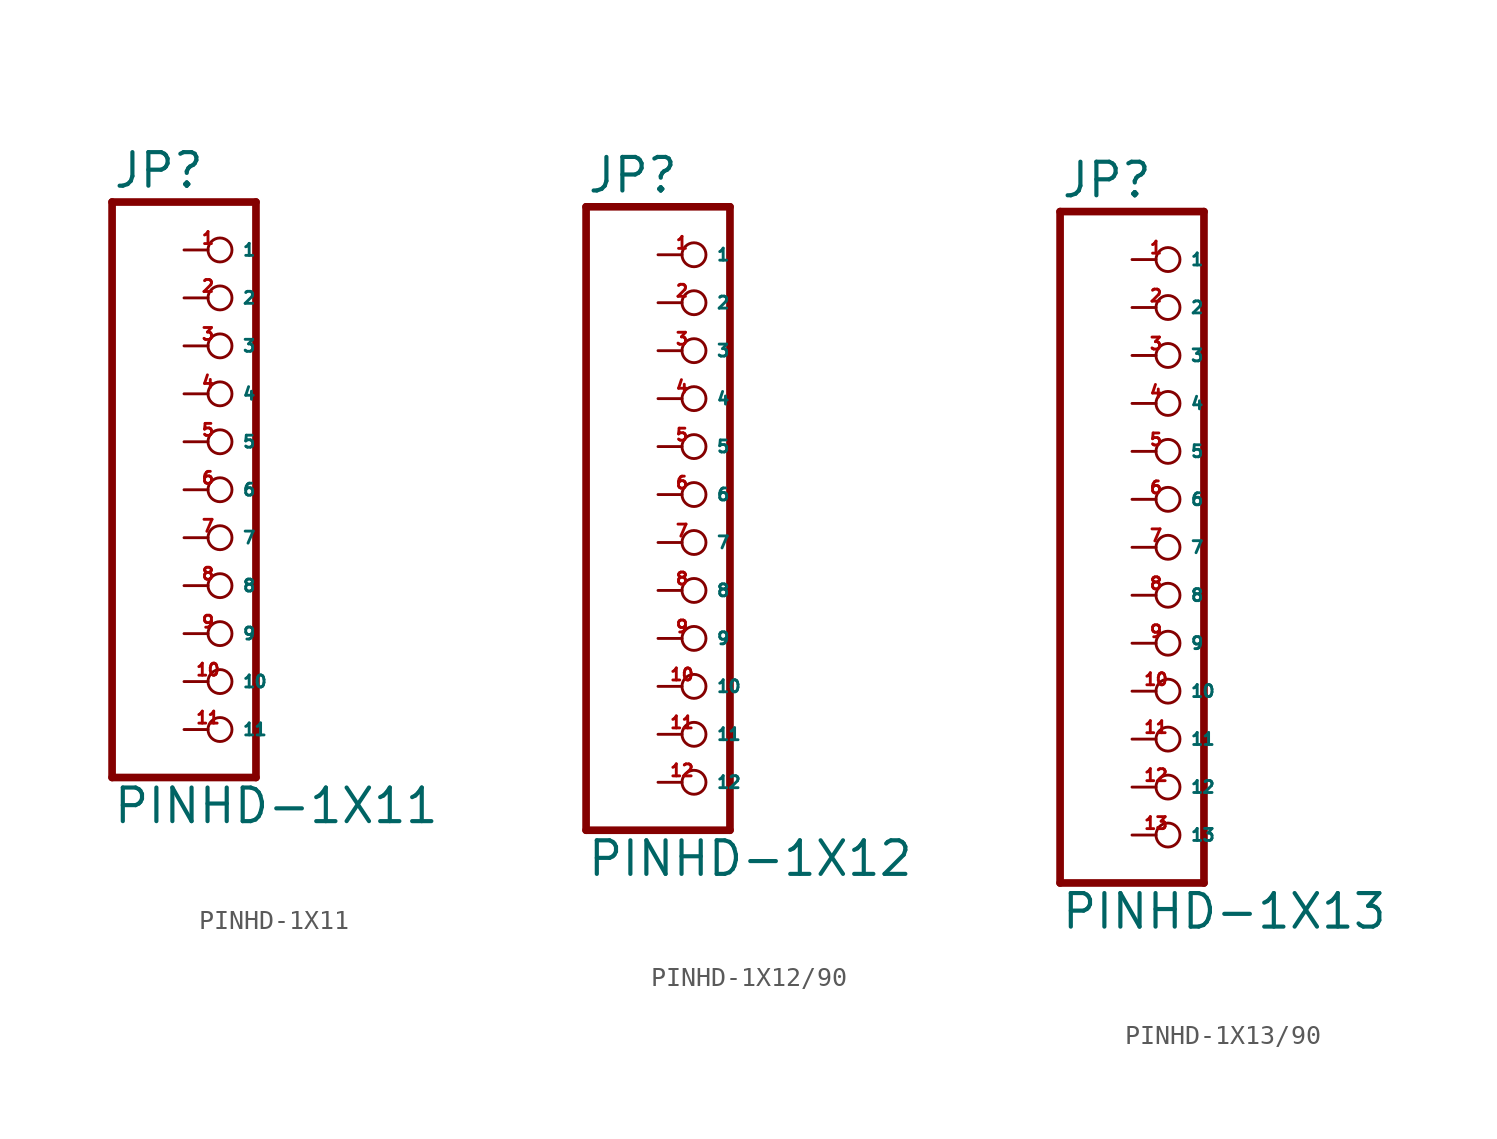
<source format=kicad_sym>
(kicad_symbol_lib
  (version 20220914)
  (generator Eagle2Kicad)
  (symbol "PINHD-1X11"
    (property "Reference" "JP"
      (at -6.35 15.875 0)
      (effects (font (size 1.778 1.778) (thickness 0.22)) (justify left bottom)))
    (property "Value" "PINHD-1X11"
      (at -6.35 -17.78 0)
      (effects (font (size 1.778 1.778) (thickness 0.22)) (justify left bottom)))
    (polyline
      (pts (xy -6.35 -15.24) (xy 1.27 -15.24))
      (stroke (width 0.406) (type default))
      (fill (type none)))
    (polyline
      (pts (xy 1.27 -15.24) (xy 1.27 15.24))
      (stroke (width 0.406) (type default))
      (fill (type none)))
    (polyline
      (pts (xy 1.27 15.24) (xy -6.35 15.24))
      (stroke (width 0.406) (type default))
      (fill (type none)))
    (polyline
      (pts (xy -6.35 15.24) (xy -6.35 -15.24))
      (stroke (width 0.406) (type default))
      (fill (type none)))
    (pin passive inverted
      (at -2.54 12.7 0)
      (length 2.54)
      (name "1" (effects (font (size 0.635 0.635) (thickness 0.08)) (justify left bottom)))
      (number "1" (effects (font (size 0.635 0.635) (thickness 0.08)) (justify left bottom))))
    (pin passive inverted
      (at -2.54 10.16 0)
      (length 2.54)
      (name "2" (effects (font (size 0.635 0.635) (thickness 0.08)) (justify left bottom)))
      (number "2" (effects (font (size 0.635 0.635) (thickness 0.08)) (justify left bottom))))
    (pin passive inverted
      (at -2.54 7.62 0)
      (length 2.54)
      (name "3" (effects (font (size 0.635 0.635) (thickness 0.08)) (justify left bottom)))
      (number "3" (effects (font (size 0.635 0.635) (thickness 0.08)) (justify left bottom))))
    (pin passive inverted
      (at -2.54 5.08 0)
      (length 2.54)
      (name "4" (effects (font (size 0.635 0.635) (thickness 0.08)) (justify left bottom)))
      (number "4" (effects (font (size 0.635 0.635) (thickness 0.08)) (justify left bottom))))
    (pin passive inverted
      (at -2.54 2.54 0)
      (length 2.54)
      (name "5" (effects (font (size 0.635 0.635) (thickness 0.08)) (justify left bottom)))
      (number "5" (effects (font (size 0.635 0.635) (thickness 0.08)) (justify left bottom))))
    (pin passive inverted
      (at -2.54 0 0)
      (length 2.54)
      (name "6" (effects (font (size 0.635 0.635) (thickness 0.08)) (justify left bottom)))
      (number "6" (effects (font (size 0.635 0.635) (thickness 0.08)) (justify left bottom))))
    (pin passive inverted
      (at -2.54 -2.54 0)
      (length 2.54)
      (name "7" (effects (font (size 0.635 0.635) (thickness 0.08)) (justify left bottom)))
      (number "7" (effects (font (size 0.635 0.635) (thickness 0.08)) (justify left bottom))))
    (pin passive inverted
      (at -2.54 -5.08 0)
      (length 2.54)
      (name "8" (effects (font (size 0.635 0.635) (thickness 0.08)) (justify left bottom)))
      (number "8" (effects (font (size 0.635 0.635) (thickness 0.08)) (justify left bottom))))
    (pin passive inverted
      (at -2.54 -7.62 0)
      (length 2.54)
      (name "9" (effects (font (size 0.635 0.635) (thickness 0.08)) (justify left bottom)))
      (number "9" (effects (font (size 0.635 0.635) (thickness 0.08)) (justify left bottom))))
    (pin passive inverted
      (at -2.54 -10.16 0)
      (length 2.54)
      (name "10" (effects (font (size 0.635 0.635) (thickness 0.08)) (justify left bottom)))
      (number "10" (effects (font (size 0.635 0.635) (thickness 0.08)) (justify left bottom))))
    (pin passive inverted
      (at -2.54 -12.7 0)
      (length 2.54)
      (name "11" (effects (font (size 0.635 0.635) (thickness 0.08)) (justify left bottom)))
      (number "11" (effects (font (size 0.635 0.635) (thickness 0.08)) (justify left bottom)))))
  (symbol "PINHD-1X12/90"
    (property "Reference" "JP"
      (at -6.35 15.875 0)
      (effects (font (size 1.778 1.778) (thickness 0.22)) (justify left bottom)))
    (property "Value" "PINHD-1X12"
      (at -6.35 -20.32 0)
      (effects (font (size 1.778 1.778) (thickness 0.22)) (justify left bottom)))
    (polyline
      (pts (xy -6.35 -17.78) (xy 1.27 -17.78))
      (stroke (width 0.406) (type default))
      (fill (type none)))
    (polyline
      (pts (xy 1.27 -17.78) (xy 1.27 15.24))
      (stroke (width 0.406) (type default))
      (fill (type none)))
    (polyline
      (pts (xy 1.27 15.24) (xy -6.35 15.24))
      (stroke (width 0.406) (type default))
      (fill (type none)))
    (polyline
      (pts (xy -6.35 15.24) (xy -6.35 -17.78))
      (stroke (width 0.406) (type default))
      (fill (type none)))
    (pin passive inverted
      (at -2.54 12.7 0)
      (length 2.54)
      (name "1" (effects (font (size 0.635 0.635) (thickness 0.08)) (justify left bottom)))
      (number "1" (effects (font (size 0.635 0.635) (thickness 0.08)) (justify left bottom))))
    (pin passive inverted
      (at -2.54 10.16 0)
      (length 2.54)
      (name "2" (effects (font (size 0.635 0.635) (thickness 0.08)) (justify left bottom)))
      (number "2" (effects (font (size 0.635 0.635) (thickness 0.08)) (justify left bottom))))
    (pin passive inverted
      (at -2.54 7.62 0)
      (length 2.54)
      (name "3" (effects (font (size 0.635 0.635) (thickness 0.08)) (justify left bottom)))
      (number "3" (effects (font (size 0.635 0.635) (thickness 0.08)) (justify left bottom))))
    (pin passive inverted
      (at -2.54 5.08 0)
      (length 2.54)
      (name "4" (effects (font (size 0.635 0.635) (thickness 0.08)) (justify left bottom)))
      (number "4" (effects (font (size 0.635 0.635) (thickness 0.08)) (justify left bottom))))
    (pin passive inverted
      (at -2.54 2.54 0)
      (length 2.54)
      (name "5" (effects (font (size 0.635 0.635) (thickness 0.08)) (justify left bottom)))
      (number "5" (effects (font (size 0.635 0.635) (thickness 0.08)) (justify left bottom))))
    (pin passive inverted
      (at -2.54 0 0)
      (length 2.54)
      (name "6" (effects (font (size 0.635 0.635) (thickness 0.08)) (justify left bottom)))
      (number "6" (effects (font (size 0.635 0.635) (thickness 0.08)) (justify left bottom))))
    (pin passive inverted
      (at -2.54 -2.54 0)
      (length 2.54)
      (name "7" (effects (font (size 0.635 0.635) (thickness 0.08)) (justify left bottom)))
      (number "7" (effects (font (size 0.635 0.635) (thickness 0.08)) (justify left bottom))))
    (pin passive inverted
      (at -2.54 -5.08 0)
      (length 2.54)
      (name "8" (effects (font (size 0.635 0.635) (thickness 0.08)) (justify left bottom)))
      (number "8" (effects (font (size 0.635 0.635) (thickness 0.08)) (justify left bottom))))
    (pin passive inverted
      (at -2.54 -7.62 0)
      (length 2.54)
      (name "9" (effects (font (size 0.635 0.635) (thickness 0.08)) (justify left bottom)))
      (number "9" (effects (font (size 0.635 0.635) (thickness 0.08)) (justify left bottom))))
    (pin passive inverted
      (at -2.54 -10.16 0)
      (length 2.54)
      (name "10" (effects (font (size 0.635 0.635) (thickness 0.08)) (justify left bottom)))
      (number "10" (effects (font (size 0.635 0.635) (thickness 0.08)) (justify left bottom))))
    (pin passive inverted
      (at -2.54 -12.7 0)
      (length 2.54)
      (name "11" (effects (font (size 0.635 0.635) (thickness 0.08)) (justify left bottom)))
      (number "11" (effects (font (size 0.635 0.635) (thickness 0.08)) (justify left bottom))))
    (pin passive inverted
      (at -2.54 -15.24 0)
      (length 2.54)
      (name "12" (effects (font (size 0.635 0.635) (thickness 0.08)) (justify left bottom)))
      (number "12" (effects (font (size 0.635 0.635) (thickness 0.08)) (justify left bottom)))))
  (symbol "PINHD-1X13/90"
    (property "Reference" "JP"
      (at -6.35 18.415 0)
      (effects (font (size 1.778 1.778) (thickness 0.22)) (justify left bottom)))
    (property "Value" "PINHD-1X13"
      (at -6.35 -20.32 0)
      (effects (font (size 1.778 1.778) (thickness 0.22)) (justify left bottom)))
    (polyline
      (pts (xy -6.35 -17.78) (xy 1.27 -17.78))
      (stroke (width 0.406) (type default))
      (fill (type none)))
    (polyline
      (pts (xy 1.27 -17.78) (xy 1.27 17.78))
      (stroke (width 0.406) (type default))
      (fill (type none)))
    (polyline
      (pts (xy 1.27 17.78) (xy -6.35 17.78))
      (stroke (width 0.406) (type default))
      (fill (type none)))
    (polyline
      (pts (xy -6.35 17.78) (xy -6.35 -17.78))
      (stroke (width 0.406) (type default))
      (fill (type none)))
    (pin passive inverted
      (at -2.54 15.24 0)
      (length 2.54)
      (name "1" (effects (font (size 0.635 0.635) (thickness 0.08)) (justify left bottom)))
      (number "1" (effects (font (size 0.635 0.635) (thickness 0.08)) (justify left bottom))))
    (pin passive inverted
      (at -2.54 12.7 0)
      (length 2.54)
      (name "2" (effects (font (size 0.635 0.635) (thickness 0.08)) (justify left bottom)))
      (number "2" (effects (font (size 0.635 0.635) (thickness 0.08)) (justify left bottom))))
    (pin passive inverted
      (at -2.54 10.16 0)
      (length 2.54)
      (name "3" (effects (font (size 0.635 0.635) (thickness 0.08)) (justify left bottom)))
      (number "3" (effects (font (size 0.635 0.635) (thickness 0.08)) (justify left bottom))))
    (pin passive inverted
      (at -2.54 7.62 0)
      (length 2.54)
      (name "4" (effects (font (size 0.635 0.635) (thickness 0.08)) (justify left bottom)))
      (number "4" (effects (font (size 0.635 0.635) (thickness 0.08)) (justify left bottom))))
    (pin passive inverted
      (at -2.54 5.08 0)
      (length 2.54)
      (name "5" (effects (font (size 0.635 0.635) (thickness 0.08)) (justify left bottom)))
      (number "5" (effects (font (size 0.635 0.635) (thickness 0.08)) (justify left bottom))))
    (pin passive inverted
      (at -2.54 2.54 0)
      (length 2.54)
      (name "6" (effects (font (size 0.635 0.635) (thickness 0.08)) (justify left bottom)))
      (number "6" (effects (font (size 0.635 0.635) (thickness 0.08)) (justify left bottom))))
    (pin passive inverted
      (at -2.54 0 0)
      (length 2.54)
      (name "7" (effects (font (size 0.635 0.635) (thickness 0.08)) (justify left bottom)))
      (number "7" (effects (font (size 0.635 0.635) (thickness 0.08)) (justify left bottom))))
    (pin passive inverted
      (at -2.54 -2.54 0)
      (length 2.54)
      (name "8" (effects (font (size 0.635 0.635) (thickness 0.08)) (justify left bottom)))
      (number "8" (effects (font (size 0.635 0.635) (thickness 0.08)) (justify left bottom))))
    (pin passive inverted
      (at -2.54 -5.08 0)
      (length 2.54)
      (name "9" (effects (font (size 0.635 0.635) (thickness 0.08)) (justify left bottom)))
      (number "9" (effects (font (size 0.635 0.635) (thickness 0.08)) (justify left bottom))))
    (pin passive inverted
      (at -2.54 -7.62 0)
      (length 2.54)
      (name "10" (effects (font (size 0.635 0.635) (thickness 0.08)) (justify left bottom)))
      (number "10" (effects (font (size 0.635 0.635) (thickness 0.08)) (justify left bottom))))
    (pin passive inverted
      (at -2.54 -10.16 0)
      (length 2.54)
      (name "11" (effects (font (size 0.635 0.635) (thickness 0.08)) (justify left bottom)))
      (number "11" (effects (font (size 0.635 0.635) (thickness 0.08)) (justify left bottom))))
    (pin passive inverted
      (at -2.54 -12.7 0)
      (length 2.54)
      (name "12" (effects (font (size 0.635 0.635) (thickness 0.08)) (justify left bottom)))
      (number "12" (effects (font (size 0.635 0.635) (thickness 0.08)) (justify left bottom))))
    (pin passive inverted
      (at -2.54 -15.24 0)
      (length 2.54)
      (name "13" (effects (font (size 0.635 0.635) (thickness 0.08)) (justify left bottom)))
      (number "13" (effects (font (size 0.635 0.635) (thickness 0.08)) (justify left bottom))))))
</source>
